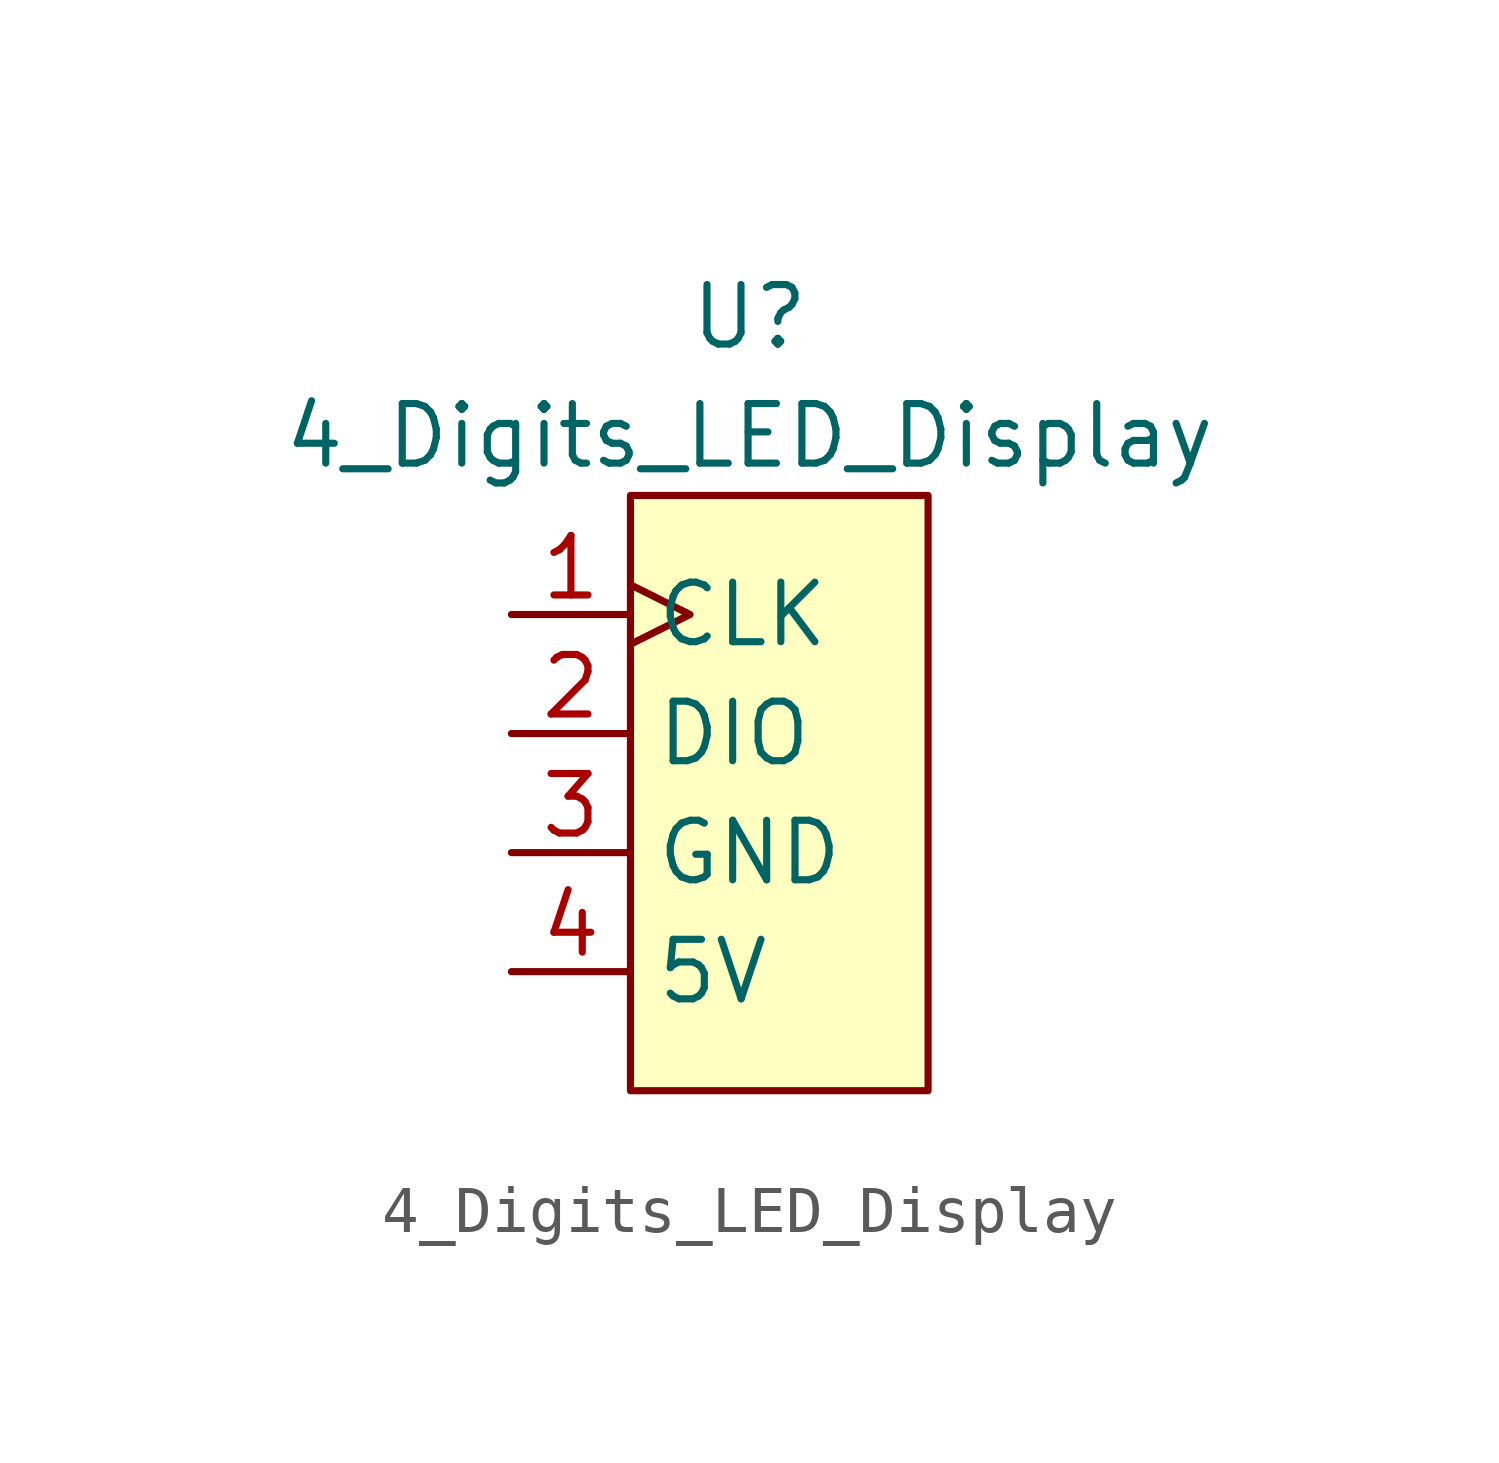
<source format=kicad_sym>
(kicad_symbol_lib
  (version 20211014)
  (generator kicad_symbol_editor)
  (symbol "4_Digits_LED_Display"
    (property "Reference" "U"
      (at 0 10.16 0)
      (effects (font (size 1.27 1.27))))
    (property "Value" "4_Digits_LED_Display"
      (at 0 7.62 0)
      (effects (font (size 1.27 1.27))))
    (symbol "4_Digits_LED_Display_0_0"
      (pin input line (at -5.08 1.27 0) (length 2.54) (name "DIO" (effects (font (size 1.27 1.27)))) (number "2" (effects (font (size 1.27 1.27)))))
      (pin power_in line (at -5.08 -1.27 0) (length 2.54) (name "GND" (effects (font (size 1.27 1.27)))) (number "3" (effects (font (size 1.27 1.27)))))
      (pin power_in line (at -5.08 -3.81 0) (length 2.54) (name "5V" (effects (font (size 1.27 1.27)))) (number "4" (effects (font (size 1.27 1.27))))))
    (symbol "4_Digits_LED_Display_0_1"
      (rectangle (start -2.54 6.35) (end 3.81 -6.35) (stroke (width 0) (type default) (color 0 0 0 0)) (fill (type background))))
    (symbol "4_Digits_LED_Display_1_1"
      (pin input clock (at -5.08 3.81 0) (length 2.54) (name "CLK" (effects (font (size 1.27 1.27)))) (number "1" (effects (font (size 1.27 1.27))))))))
</source>
